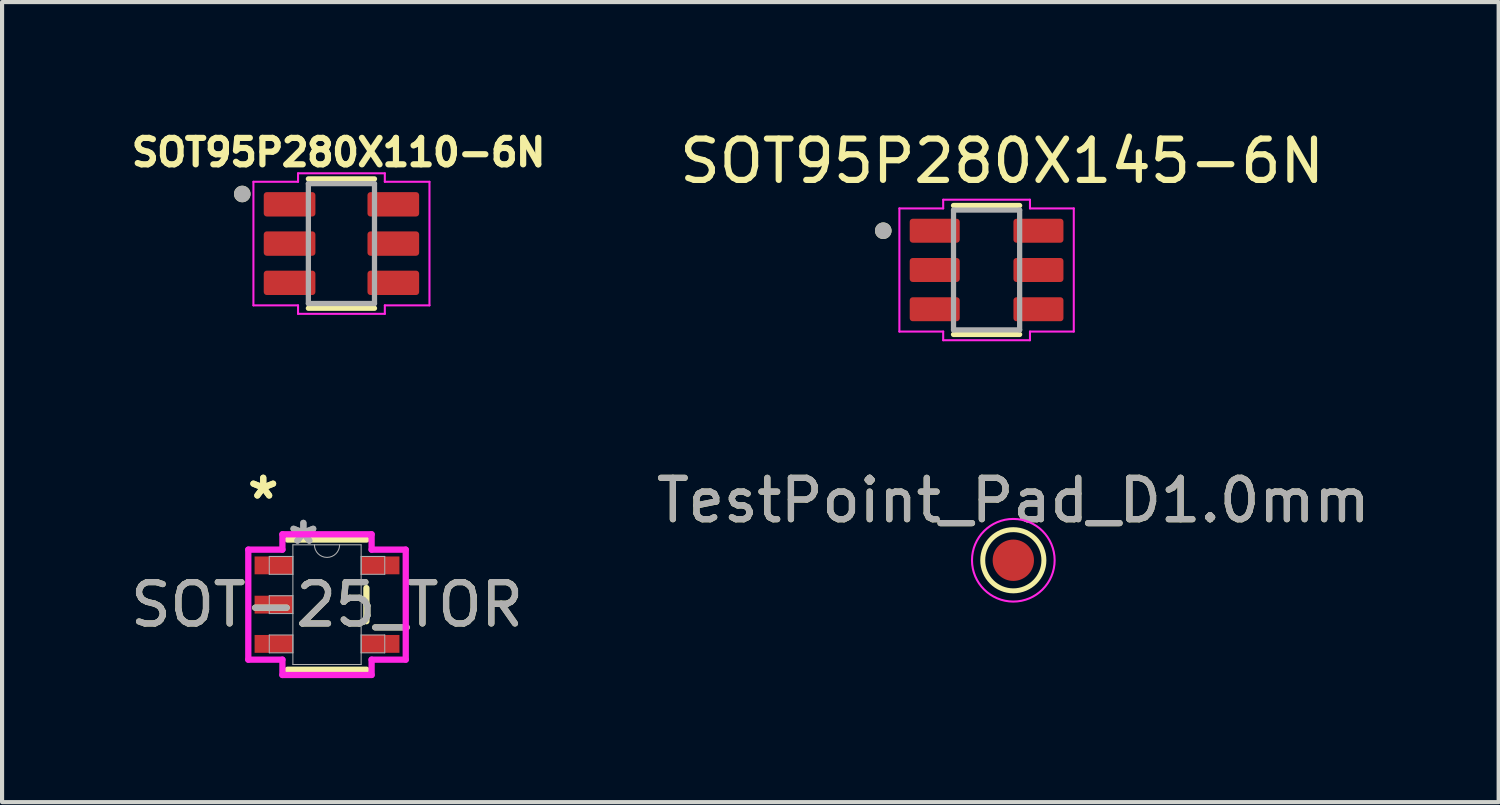
<source format=kicad_pcb>
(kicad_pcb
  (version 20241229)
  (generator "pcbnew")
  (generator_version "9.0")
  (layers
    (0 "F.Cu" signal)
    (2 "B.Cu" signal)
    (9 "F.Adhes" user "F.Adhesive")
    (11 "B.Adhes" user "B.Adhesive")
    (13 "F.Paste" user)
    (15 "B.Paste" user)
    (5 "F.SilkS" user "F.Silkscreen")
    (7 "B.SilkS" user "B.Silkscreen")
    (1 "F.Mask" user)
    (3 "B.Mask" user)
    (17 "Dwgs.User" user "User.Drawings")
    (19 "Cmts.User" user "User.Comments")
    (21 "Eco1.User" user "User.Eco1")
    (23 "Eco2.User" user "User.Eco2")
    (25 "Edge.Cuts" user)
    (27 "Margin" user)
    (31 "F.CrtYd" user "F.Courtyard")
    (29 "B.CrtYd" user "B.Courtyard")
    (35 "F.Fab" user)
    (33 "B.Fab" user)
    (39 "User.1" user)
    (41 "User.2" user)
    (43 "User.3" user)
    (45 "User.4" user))
  (footprint "SOT95P280X110-6N"
    (layer "F.Cu")
    (at 5.212 2.844)
    (property "Reference" "SOT95P280X110-6N" (at -0.068 -2.206 0) (layer "F.SilkS") (effects (font (size 0.64 0.64) (thickness 0.15))))
    (attr smd)
    (fp_line (start -0.8 -1.565) (end 0.8 -1.565) (stroke (width 0.127) (type solid)) (layer "F.SilkS"))
    (fp_line (start -0.8 1.565) (end 0.8 1.565) (stroke (width 0.127) (type solid)) (layer "F.SilkS"))
    (fp_circle (center -2.4 -1.2) (end -2.3 -1.2) (stroke (width 0.2) (type solid)) (fill no) (layer "F.SilkS"))
    (fp_line (start -2.13 -1.495) (end -2.13 1.495) (stroke (width 0.05) (type solid)) (layer "F.CrtYd"))
    (fp_line (start -2.13 1.495) (end -1.05 1.495) (stroke (width 0.05) (type solid)) (layer "F.CrtYd"))
    (fp_line (start -1.05 -1.7) (end -1.05 -1.495) (stroke (width 0.05) (type solid)) (layer "F.CrtYd"))
    (fp_line (start -1.05 -1.495) (end -2.13 -1.495) (stroke (width 0.05) (type solid)) (layer "F.CrtYd"))
    (fp_line (start -1.05 1.495) (end -1.05 1.7) (stroke (width 0.05) (type solid)) (layer "F.CrtYd"))
    (fp_line (start -1.05 1.7) (end 1.05 1.7) (stroke (width 0.05) (type solid)) (layer "F.CrtYd"))
    (fp_line (start 1.05 -1.7) (end -1.05 -1.7) (stroke (width 0.05) (type solid)) (layer "F.CrtYd"))
    (fp_line (start 1.05 -1.495) (end 1.05 -1.7) (stroke (width 0.05) (type solid)) (layer "F.CrtYd"))
    (fp_line (start 1.05 1.495) (end 2.13 1.495) (stroke (width 0.05) (type solid)) (layer "F.CrtYd"))
    (fp_line (start 1.05 1.7) (end 1.05 1.495) (stroke (width 0.05) (type solid)) (layer "F.CrtYd"))
    (fp_line (start 2.13 -1.495) (end 1.05 -1.495) (stroke (width 0.05) (type solid)) (layer "F.CrtYd"))
    (fp_line (start 2.13 1.495) (end 2.13 -1.495) (stroke (width 0.05) (type solid)) (layer "F.CrtYd"))
    (fp_line (start -0.8 -1.45) (end -0.8 1.45) (stroke (width 0.127) (type solid)) (layer "F.Fab"))
    (fp_line (start -0.8 1.45) (end 0.8 1.45) (stroke (width 0.127) (type solid)) (layer "F.Fab"))
    (fp_line (start 0.8 -1.45) (end -0.8 -1.45) (stroke (width 0.127) (type solid)) (layer "F.Fab"))
    (fp_line (start 0.8 1.45) (end 0.8 -1.45) (stroke (width 0.127) (type solid)) (layer "F.Fab"))
    (fp_circle (center -2.4 -1.2) (end -2.3 -1.2) (stroke (width 0.2) (type solid)) (fill no) (layer "F.Fab"))
    (pad "1" smd roundrect (at -1.255 -0.95) (size 1.25 0.59) (layers "F.Cu" "F.Mask" "F.Paste") (roundrect_rratio 0.125))
    (pad "2" smd roundrect (at -1.255 0) (size 1.25 0.59) (layers "F.Cu" "F.Mask" "F.Paste") (roundrect_rratio 0.125))
    (pad "3" smd roundrect (at -1.255 0.95) (size 1.25 0.59) (layers "F.Cu" "F.Mask" "F.Paste") (roundrect_rratio 0.125))
    (pad "4" smd roundrect (at 1.255 0.95) (size 1.25 0.59) (layers "F.Cu" "F.Mask" "F.Paste") (roundrect_rratio 0.125))
    (pad "5" smd roundrect (at 1.255 0) (size 1.25 0.59) (layers "F.Cu" "F.Mask" "F.Paste") (roundrect_rratio 0.125))
    (pad "6" smd roundrect (at 1.255 -0.95) (size 1.25 0.59) (layers "F.Cu" "F.Mask" "F.Paste") (roundrect_rratio 0.125)))
  (footprint "TestPoint_Pad_D1.0mm"
    (layer "F.Cu")
    (at 21.47 10.507)
    (property "Reference" "TestPoint_Pad_D1.0mm" (at 0 -1.448 0) (layer "F.SilkS") (effects (font (size 1 1) (thickness 0.15))))
    (attr exclude_from_pos_files exclude_from_bom)
    (fp_circle (center 0 0) (end -0.01 0.74) (stroke (width 0.12) (type solid)) (fill no) (layer "F.SilkS"))
    (fp_circle (center 0 0) (end 1 0) (stroke (width 0.05) (type solid)) (fill no) (layer "F.CrtYd"))
    (fp_text user "${REFERENCE}" (at 0 -1.45 0) (layer "F.Fab") (effects (font (size 1 1) (thickness 0.15))))
    (pad "1" smd circle (at 0 0) (size 1 1) (layers "F.Cu" "F.Mask")))
  (footprint "SOT-25_TOR"
    (layer "F.Cu")
    (at 4.863 11.581)
    (property "Reference" "SOT-25_TOR" (at 0 0 0) (unlocked yes) (layer "F.SilkS") (effects (font (size 1 1) (thickness 0.15))))
    (attr smd)
    (fp_line (start -0.953 1.575) (end 0.953 1.575) (stroke (width 0.152) (type solid)) (layer "F.SilkS"))
    (fp_line (start 0.953 -1.575) (end -0.953 -1.575) (stroke (width 0.152) (type solid)) (layer "F.SilkS"))
    (fp_line (start 0.953 0.401) (end 0.953 -0.401) (stroke (width 0.152) (type solid)) (layer "F.SilkS"))
    (fp_line (start -1.905 -1.331) (end -1.079 -1.331) (stroke (width 0.152) (type solid)) (layer "F.CrtYd"))
    (fp_line (start -1.905 1.331) (end -1.905 -1.331) (stroke (width 0.152) (type solid)) (layer "F.CrtYd"))
    (fp_line (start -1.079 -1.702) (end 1.079 -1.702) (stroke (width 0.152) (type solid)) (layer "F.CrtYd"))
    (fp_line (start -1.079 -1.331) (end -1.079 -1.702) (stroke (width 0.152) (type solid)) (layer "F.CrtYd"))
    (fp_line (start -1.079 1.331) (end -1.905 1.331) (stroke (width 0.152) (type solid)) (layer "F.CrtYd"))
    (fp_line (start -1.079 1.702) (end -1.079 1.331) (stroke (width 0.152) (type solid)) (layer "F.CrtYd"))
    (fp_line (start 1.079 -1.702) (end 1.079 -1.331) (stroke (width 0.152) (type solid)) (layer "F.CrtYd"))
    (fp_line (start 1.079 -1.331) (end 1.905 -1.331) (stroke (width 0.152) (type solid)) (layer "F.CrtYd"))
    (fp_line (start 1.079 1.331) (end 1.079 1.702) (stroke (width 0.152) (type solid)) (layer "F.CrtYd"))
    (fp_line (start 1.079 1.702) (end -1.079 1.702) (stroke (width 0.152) (type solid)) (layer "F.CrtYd"))
    (fp_line (start 1.905 -1.331) (end 1.905 1.331) (stroke (width 0.152) (type solid)) (layer "F.CrtYd"))
    (fp_line (start 1.905 1.331) (end 1.079 1.331) (stroke (width 0.152) (type solid)) (layer "F.CrtYd"))
    (fp_line (start -1.397 -1.166) (end -1.397 -0.734) (stroke (width 0.025) (type solid)) (layer "F.Fab"))
    (fp_line (start -1.397 -0.734) (end -0.826 -0.734) (stroke (width 0.025) (type solid)) (layer "F.Fab"))
    (fp_line (start -1.397 -0.216) (end -1.397 0.216) (stroke (width 0.025) (type solid)) (layer "F.Fab"))
    (fp_line (start -1.397 0.216) (end -0.826 0.216) (stroke (width 0.025) (type solid)) (layer "F.Fab"))
    (fp_line (start -1.397 0.734) (end -1.397 1.166) (stroke (width 0.025) (type solid)) (layer "F.Fab"))
    (fp_line (start -1.397 1.166) (end -0.826 1.166) (stroke (width 0.025) (type solid)) (layer "F.Fab"))
    (fp_line (start -0.826 -1.448) (end -0.826 1.448) (stroke (width 0.025) (type solid)) (layer "F.Fab"))
    (fp_line (start -0.826 -1.166) (end -1.397 -1.166) (stroke (width 0.025) (type solid)) (layer "F.Fab"))
    (fp_line (start -0.826 -0.734) (end -0.826 -1.166) (stroke (width 0.025) (type solid)) (layer "F.Fab"))
    (fp_line (start -0.826 -0.216) (end -1.397 -0.216) (stroke (width 0.025) (type solid)) (layer "F.Fab"))
    (fp_line (start -0.826 0.216) (end -0.826 -0.216) (stroke (width 0.025) (type solid)) (layer "F.Fab"))
    (fp_line (start -0.826 0.734) (end -1.397 0.734) (stroke (width 0.025) (type solid)) (layer "F.Fab"))
    (fp_line (start -0.826 1.166) (end -0.826 0.734) (stroke (width 0.025) (type solid)) (layer "F.Fab"))
    (fp_line (start -0.826 1.448) (end 0.826 1.448) (stroke (width 0.025) (type solid)) (layer "F.Fab"))
    (fp_line (start 0.826 -1.448) (end -0.826 -1.448) (stroke (width 0.025) (type solid)) (layer "F.Fab"))
    (fp_line (start 0.826 -1.166) (end 0.826 -0.734) (stroke (width 0.025) (type solid)) (layer "F.Fab"))
    (fp_line (start 0.826 -0.734) (end 1.397 -0.734) (stroke (width 0.025) (type solid)) (layer "F.Fab"))
    (fp_line (start 0.826 0.734) (end 0.826 1.166) (stroke (width 0.025) (type solid)) (layer "F.Fab"))
    (fp_line (start 0.826 1.166) (end 1.397 1.166) (stroke (width 0.025) (type solid)) (layer "F.Fab"))
    (fp_line (start 0.826 1.448) (end 0.826 -1.448) (stroke (width 0.025) (type solid)) (layer "F.Fab"))
    (fp_line (start 1.397 -1.166) (end 0.826 -1.166) (stroke (width 0.025) (type solid)) (layer "F.Fab"))
    (fp_line (start 1.397 -0.734) (end 1.397 -1.166) (stroke (width 0.025) (type solid)) (layer "F.Fab"))
    (fp_line (start 1.397 0.734) (end 0.826 0.734) (stroke (width 0.025) (type solid)) (layer "F.Fab"))
    (fp_line (start 1.397 1.166) (end 1.397 0.734) (stroke (width 0.025) (type solid)) (layer "F.Fab"))
    (fp_arc (start 0.3048 -1.4478) (mid 0 -1.143) (end -0.3048 -1.4478) (stroke (width 0.0254) (type solid)) (layer "F.Fab"))
    (fp_text user "*" (at -1.543 -2.525 0) (unlocked yes) (layer "F.SilkS") (effects (font (size 1 1) (thickness 0.15))))
    (fp_text user "*" (at -1.543 -2.525 0) (layer "F.SilkS") (effects (font (size 1 1) (thickness 0.15))))
    (fp_text user "${REFERENCE}" (at 0 0 0) (unlocked yes) (layer "F.Fab") (effects (font (size 1 1) (thickness 0.15))))
    (fp_text user "*" (at -0.572 -1.433 0) (layer "F.Fab") (effects (font (size 1 1) (thickness 0.15))))
    (fp_text user "*" (at -0.572 -1.433 0) (unlocked yes) (layer "F.Fab") (effects (font (size 1 1) (thickness 0.15))))
    (pad "1" smd rect (at -1.289 -0.95) (size 0.927 0.432) (layers "F.Cu" "F.Mask" "F.Paste"))
    (pad "2" smd rect (at -1.289 0) (size 0.927 0.432) (layers "F.Cu" "F.Mask" "F.Paste"))
    (pad "3" smd rect (at -1.289 0.95) (size 0.927 0.432) (layers "F.Cu" "F.Mask" "F.Paste"))
    (pad "4" smd rect (at 1.289 0.95) (size 0.927 0.432) (layers "F.Cu" "F.Mask" "F.Paste"))
    (pad "5" smd rect (at 1.289 -0.95) (size 0.927 0.432) (layers "F.Cu" "F.Mask" "F.Paste")))
  (footprint "SOT95P280X145-6N"
    (layer "F.Cu")
    (at 20.823 3.483)
    (property "Reference" "SOT95P280X145-6N" (at 0.375 -2.635 0) (layer "F.SilkS") (effects (font (size 1 1) (thickness 0.15))))
    (attr smd)
    (fp_line (start -0.8 1.56) (end 0.8 1.56) (stroke (width 0.127) (type solid)) (layer "F.SilkS"))
    (fp_line (start 0.8 -1.56) (end -0.8 -1.56) (stroke (width 0.127) (type solid)) (layer "F.SilkS"))
    (fp_circle (center -2.5 -0.95) (end -2.4 -0.95) (stroke (width 0.2) (type solid)) (fill no) (layer "F.SilkS"))
    (fp_line (start -2.11 -1.49) (end -2.11 1.49) (stroke (width 0.05) (type solid)) (layer "F.CrtYd"))
    (fp_line (start -2.11 -1.49) (end -1.05 -1.49) (stroke (width 0.05) (type solid)) (layer "F.CrtYd"))
    (fp_line (start -2.11 1.49) (end -1.05 1.49) (stroke (width 0.05) (type solid)) (layer "F.CrtYd"))
    (fp_line (start -1.05 -1.49) (end -1.05 -1.7) (stroke (width 0.05) (type solid)) (layer "F.CrtYd"))
    (fp_line (start -1.05 1.49) (end -1.05 1.7) (stroke (width 0.05) (type solid)) (layer "F.CrtYd"))
    (fp_line (start -1.05 1.7) (end 1.05 1.7) (stroke (width 0.05) (type solid)) (layer "F.CrtYd"))
    (fp_line (start 1.05 -1.7) (end -1.05 -1.7) (stroke (width 0.05) (type solid)) (layer "F.CrtYd"))
    (fp_line (start 1.05 -1.49) (end 1.05 -1.7) (stroke (width 0.05) (type solid)) (layer "F.CrtYd"))
    (fp_line (start 1.05 1.49) (end 1.05 1.7) (stroke (width 0.05) (type solid)) (layer "F.CrtYd"))
    (fp_line (start 2.11 -1.49) (end 1.05 -1.49) (stroke (width 0.05) (type solid)) (layer "F.CrtYd"))
    (fp_line (start 2.11 1.49) (end 1.05 1.49) (stroke (width 0.05) (type solid)) (layer "F.CrtYd"))
    (fp_line (start 2.11 1.49) (end 2.11 -1.49) (stroke (width 0.05) (type solid)) (layer "F.CrtYd"))
    (fp_line (start -0.8 -1.45) (end -0.8 1.45) (stroke (width 0.127) (type solid)) (layer "F.Fab"))
    (fp_line (start -0.8 1.45) (end 0.8 1.45) (stroke (width 0.127) (type solid)) (layer "F.Fab"))
    (fp_line (start 0.8 -1.45) (end -0.8 -1.45) (stroke (width 0.127) (type solid)) (layer "F.Fab"))
    (fp_line (start 0.8 1.45) (end 0.8 -1.45) (stroke (width 0.127) (type solid)) (layer "F.Fab"))
    (fp_circle (center -2.5 -0.95) (end -2.4 -0.95) (stroke (width 0.2) (type solid)) (fill no) (layer "F.Fab"))
    (pad "1" smd roundrect (at -1.255 -0.95) (size 1.21 0.58) (layers "F.Cu" "F.Mask" "F.Paste") (roundrect_rratio 0.125))
    (pad "2" smd roundrect (at -1.255 0) (size 1.21 0.58) (layers "F.Cu" "F.Mask" "F.Paste") (roundrect_rratio 0.125))
    (pad "3" smd roundrect (at -1.255 0.95) (size 1.21 0.58) (layers "F.Cu" "F.Mask" "F.Paste") (roundrect_rratio 0.125))
    (pad "4" smd roundrect (at 1.255 0.95) (size 1.21 0.58) (layers "F.Cu" "F.Mask" "F.Paste") (roundrect_rratio 0.125))
    (pad "5" smd roundrect (at 1.255 0) (size 1.21 0.58) (layers "F.Cu" "F.Mask" "F.Paste") (roundrect_rratio 0.125))
    (pad "6" smd roundrect (at 1.255 -0.95) (size 1.21 0.58) (layers "F.Cu" "F.Mask" "F.Paste") (roundrect_rratio 0.125)))
  (gr_rect
    (start -3 -3)
    (end 33.214 16.359)
    (stroke (width 0.1) (type default))
    (fill no)
    (layer "Edge.Cuts")))
</source>
